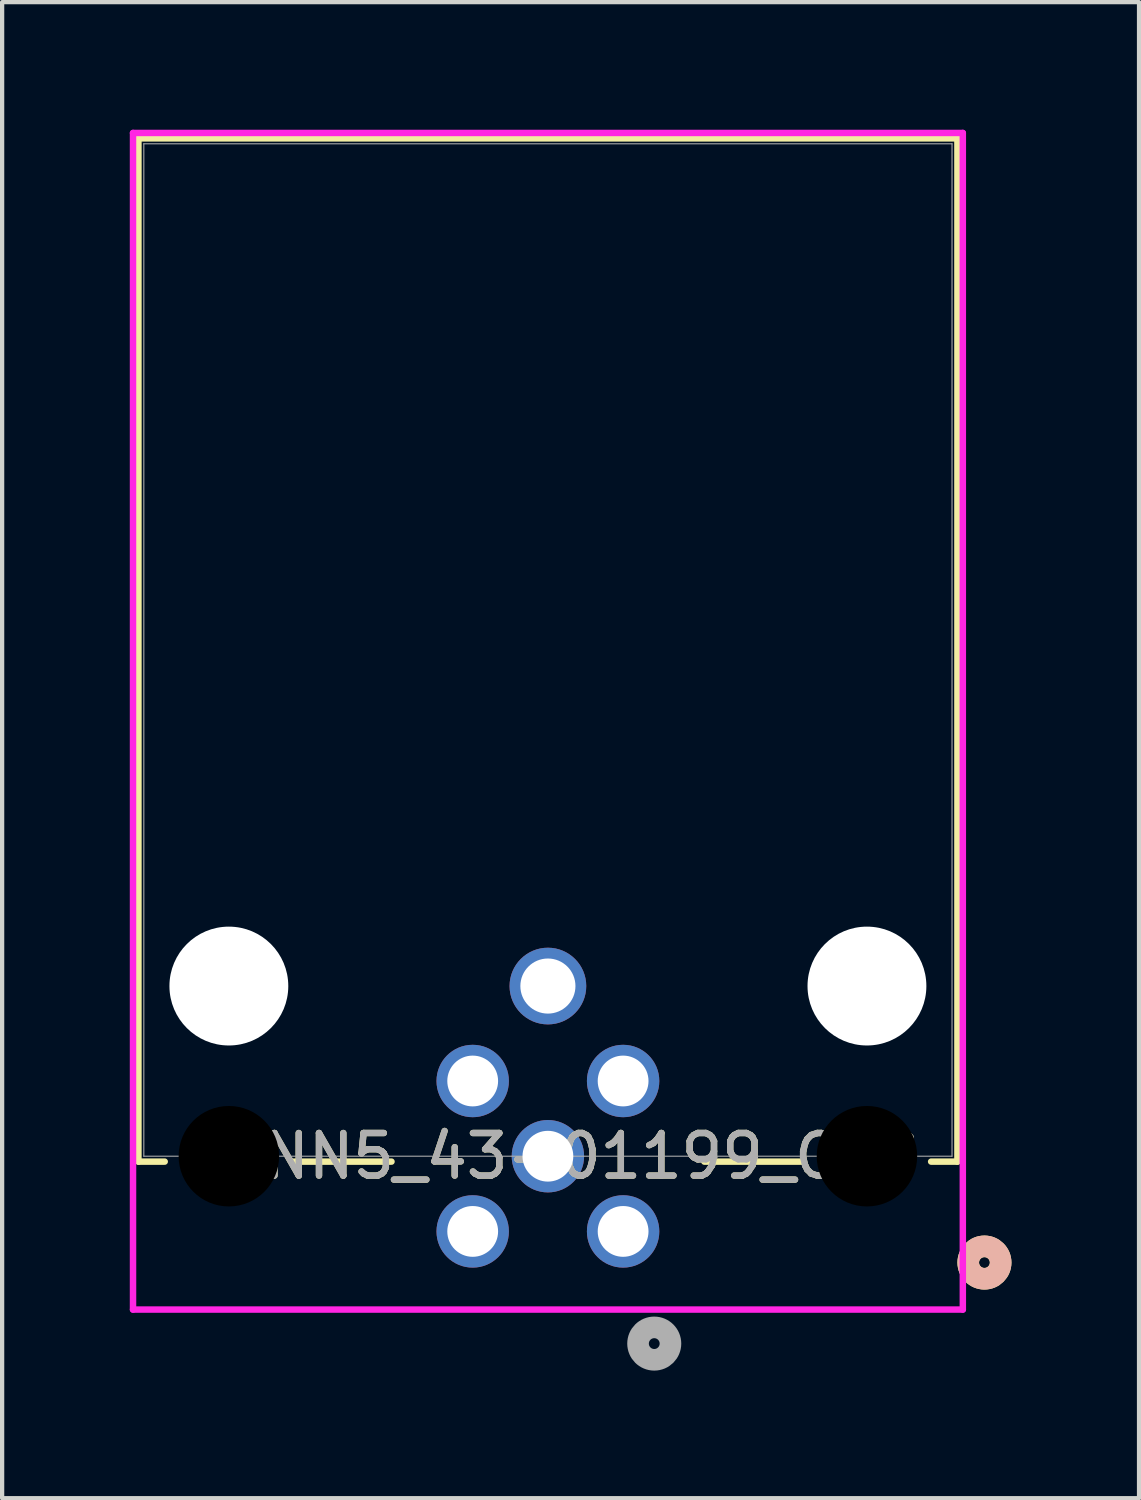
<source format=kicad_pcb>
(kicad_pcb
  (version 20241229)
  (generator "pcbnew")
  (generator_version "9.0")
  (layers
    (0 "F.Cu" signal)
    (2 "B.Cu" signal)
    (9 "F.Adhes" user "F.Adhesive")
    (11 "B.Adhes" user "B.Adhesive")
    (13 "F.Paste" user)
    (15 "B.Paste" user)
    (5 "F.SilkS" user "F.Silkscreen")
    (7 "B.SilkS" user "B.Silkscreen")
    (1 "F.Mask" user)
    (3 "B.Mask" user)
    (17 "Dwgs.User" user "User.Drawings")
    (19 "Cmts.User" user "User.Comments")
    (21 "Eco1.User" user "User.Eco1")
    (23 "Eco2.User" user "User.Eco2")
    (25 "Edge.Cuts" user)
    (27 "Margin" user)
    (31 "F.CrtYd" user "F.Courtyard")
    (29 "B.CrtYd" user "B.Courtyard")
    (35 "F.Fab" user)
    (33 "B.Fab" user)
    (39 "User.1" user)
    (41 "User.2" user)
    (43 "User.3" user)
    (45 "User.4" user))
  (footprint "CONN5_43-01199_CEC"
    (layer "F.Cu")
    (at 11.598 25.898)
    (property "Reference" "CONN5_43-01199_CEC" (at -1.768 -1.768 0) (unlocked yes) (layer "F.SilkS") (effects (font (size 1 1) (thickness 0.15))))
    (attr through_hole)
    (fp_line (start -11.394 -25.695) (end -11.394 -1.641) (stroke (width 0.152) (type solid)) (layer "F.SilkS"))
    (fp_line (start -11.394 -1.641) (end -10.776 -1.641) (stroke (width 0.152) (type solid)) (layer "F.SilkS"))
    (fp_line (start -7.759 -1.641) (end -5.445 -1.641) (stroke (width 0.152) (type solid)) (layer "F.SilkS"))
    (fp_line (start 1.909 -1.641) (end 4.224 -1.641) (stroke (width 0.152) (type solid)) (layer "F.SilkS"))
    (fp_line (start 7.241 -1.641) (end 7.859 -1.641) (stroke (width 0.152) (type solid)) (layer "F.SilkS"))
    (fp_line (start 7.859 -25.695) (end -11.394 -25.695) (stroke (width 0.152) (type solid)) (layer "F.SilkS"))
    (fp_line (start 7.859 -1.641) (end 7.859 -25.695) (stroke (width 0.152) (type solid)) (layer "F.SilkS"))
    (fp_circle (center 8.494 0.732) (end 8.875 0.732) (stroke (width 0.508) (type solid)) (fill no) (layer "F.SilkS"))
    (fp_circle (center 8.494 0.732) (end 8.875 0.732) (stroke (width 0.508) (type solid)) (fill no) (layer "B.SilkS"))
    (fp_line (start -11.521 -25.822) (end -11.521 1.837) (stroke (width 0.152) (type solid)) (layer "F.CrtYd"))
    (fp_line (start -11.521 1.837) (end 7.986 1.837) (stroke (width 0.152) (type solid)) (layer "F.CrtYd"))
    (fp_line (start 7.986 -25.822) (end -11.521 -25.822) (stroke (width 0.152) (type solid)) (layer "F.CrtYd"))
    (fp_line (start 7.986 1.837) (end 7.986 -25.822) (stroke (width 0.152) (type solid)) (layer "F.CrtYd"))
    (fp_line (start -11.267 -25.568) (end -11.267 -1.768) (stroke (width 0.025) (type solid)) (layer "F.Fab"))
    (fp_line (start -11.267 -1.768) (end 7.732 -1.768) (stroke (width 0.025) (type solid)) (layer "F.Fab"))
    (fp_line (start 7.732 -25.568) (end -11.267 -25.568) (stroke (width 0.025) (type solid)) (layer "F.Fab"))
    (fp_line (start 7.732 -1.768) (end 7.732 -25.568) (stroke (width 0.025) (type solid)) (layer "F.Fab"))
    (fp_circle (center 0.732 2.637) (end 1.113 2.637) (stroke (width 0.508) (type solid)) (fill no) (layer "F.Fab"))
    (fp_text user "${REFERENCE}" (at -1.768 -1.768 0) (unlocked yes) (layer "F.Fab") (effects (font (size 1 1) (thickness 0.15))))
    (pad "" np_thru_hole circle (at -9.268 -5.768) (size 2.794 2.794) (drill 2.794) (layers "*.Cu" "*.Mask"))
    (pad "" np_thru_hole circle (at -9.268 -1.768) (size 2.362 2.362) (drill 2.362) (layers))
    (pad "" np_thru_hole circle (at 5.732 -5.768) (size 2.794 2.794) (drill 2.794) (layers "*.Cu" "*.Mask"))
    (pad "" np_thru_hole circle (at 5.732 -1.768) (size 2.362 2.362) (drill 2.362) (layers))
    (pad "1" thru_hole circle (at 0 0 45) (size 1.702 1.702) (drill 1.194) (layers "*.Cu" "*.Mask"))
    (pad "2" thru_hole circle (at -3.536 0 45) (size 1.702 1.702) (drill 1.194) (layers "*.Cu" "*.Mask"))
    (pad "3" thru_hole circle (at -3.536 -3.536 45) (size 1.702 1.702) (drill 1.194) (layers "*.Cu" "*.Mask"))
    (pad "4" thru_hole circle (at 0 -3.536 45) (size 1.702 1.702) (drill 1.194) (layers "*.Cu" "*.Mask"))
    (pad "5" thru_hole circle (at -1.768 -1.768 45) (size 1.702 1.702) (drill 1.194) (layers "*.Cu" "*.Mask"))
    (pad "6" thru_hole circle (at -1.768 -5.768) (size 1.803 1.803) (drill 1.295) (layers "*.Cu" "*.Mask")))
  (gr_rect
    (start -3 -3)
    (end 23.726 32.17)
    (stroke (width 0.1) (type default))
    (fill no)
    (layer "Edge.Cuts")))
</source>
